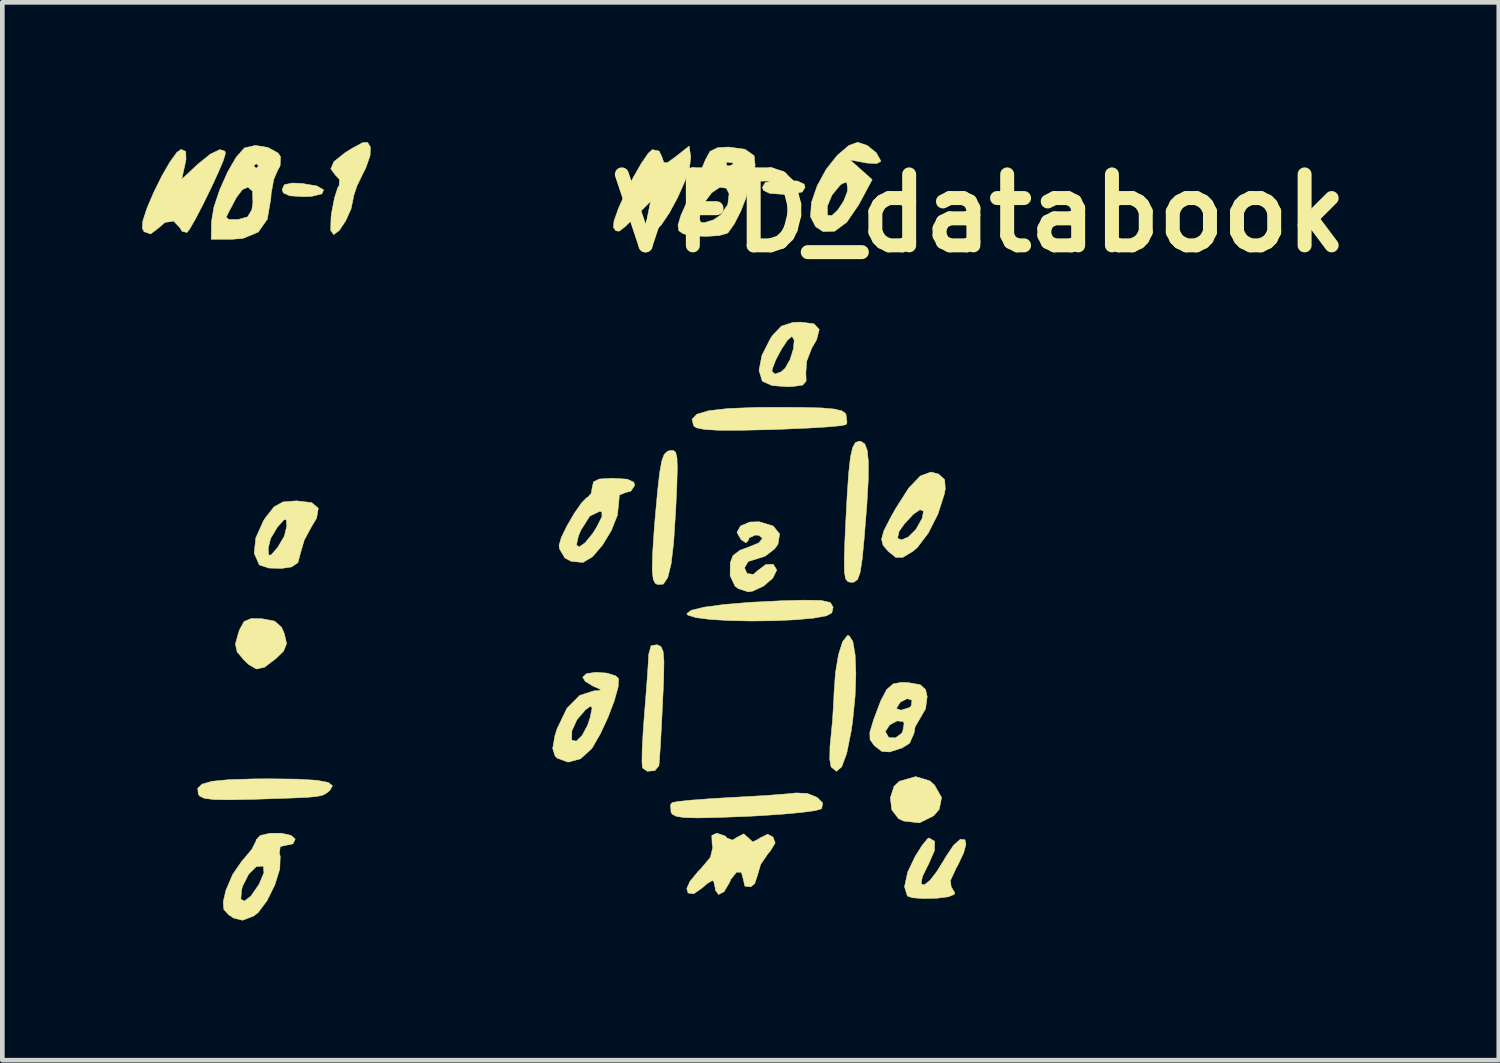
<source format=kicad_pcb>
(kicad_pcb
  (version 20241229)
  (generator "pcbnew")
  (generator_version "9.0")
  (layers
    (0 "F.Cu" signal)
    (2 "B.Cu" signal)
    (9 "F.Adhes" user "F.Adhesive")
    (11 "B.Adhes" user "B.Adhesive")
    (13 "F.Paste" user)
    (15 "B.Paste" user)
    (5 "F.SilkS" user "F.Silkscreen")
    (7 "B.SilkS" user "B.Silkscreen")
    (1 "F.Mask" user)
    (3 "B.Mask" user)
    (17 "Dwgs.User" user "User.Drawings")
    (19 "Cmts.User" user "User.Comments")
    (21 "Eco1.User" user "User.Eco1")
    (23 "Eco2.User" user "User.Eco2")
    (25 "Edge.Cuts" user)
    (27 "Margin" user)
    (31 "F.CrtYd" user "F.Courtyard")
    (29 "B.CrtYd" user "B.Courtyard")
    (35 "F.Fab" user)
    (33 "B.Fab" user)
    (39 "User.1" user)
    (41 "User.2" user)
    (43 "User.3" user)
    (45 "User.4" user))
  (footprint "VFD_databook"
    (layer "F.Cu")
    (at 17.995 1.529)
    (property "Reference" "VFD_databook" (at 0 0 180) (layer "F.SilkS") (effects (font (size 1.524 1.524) (thickness 0.3))))
    (attr through_hole)
    (fp_poly (pts (xy -14.562 -0.641) (xy -14.242 -0.586) (xy -14.097 -0.503) (xy -14.132 -0.418) (xy -14.35 -0.363) (xy -14.52 -0.356) (xy -14.821 -0.374) (xy -14.962 -0.437) (xy -14.986 -0.514) (xy -14.939 -0.614) (xy -14.767 -0.649) (xy -14.562 -0.641)) (stroke (width 0.01) (type solid)) (fill yes) (layer "F.SilkS"))
    (fp_poly (pts (xy -3.915 -0.691) (xy -3.778 -0.623) (xy -3.759 -0.559) (xy -3.819 -0.458) (xy -4.022 -0.413) (xy -4.216 -0.406) (xy -4.518 -0.426) (xy -4.655 -0.494) (xy -4.674 -0.559) (xy -4.614 -0.659) (xy -4.41 -0.705) (xy -4.216 -0.711) (xy -3.915 -0.691)) (stroke (width 0.01) (type solid)) (fill yes) (layer "F.SilkS"))
    (fp_poly (pts (xy -1.085 12.185) (xy -0.981 12.276) (xy -0.828 12.545) (xy -0.877 12.796) (xy -0.999 12.938) (xy -1.302 13.089) (xy -1.642 13.05) (xy -1.753 12.997) (xy -1.897 12.811) (xy -1.928 12.55) (xy -1.849 12.305) (xy -1.734 12.196) (xy -1.385 12.096) (xy -1.085 12.185)) (stroke (width 0.01) (type solid)) (fill yes) (layer "F.SilkS"))
    (fp_poly (pts (xy -15.42 8.706) (xy -15.148 8.758) (xy -15.001 8.888) (xy -14.939 9.028) (xy -14.891 9.241) (xy -14.957 9.402) (xy -15.121 9.561) (xy -15.364 9.746) (xy -15.538 9.786) (xy -15.71 9.686) (xy -15.799 9.601) (xy -15.954 9.418) (xy -15.991 9.248) (xy -15.922 9) (xy -15.901 8.941) (xy -15.804 8.765) (xy -15.65 8.701) (xy -15.42 8.706)) (stroke (width 0.01) (type solid)) (fill yes) (layer "F.SilkS"))
    (fp_poly (pts (xy -3.416 8.313) (xy -3.216 8.359) (xy -3.156 8.459) (xy -3.185 8.581) (xy -3.303 8.644) (xy -3.576 8.693) (xy -3.962 8.728) (xy -4.418 8.749) (xy -4.902 8.755) (xy -5.372 8.746) (xy -5.786 8.722) (xy -6.102 8.682) (xy -6.277 8.628) (xy -6.299 8.596) (xy -6.201 8.524) (xy -5.923 8.457) (xy -5.488 8.399) (xy -4.919 8.352) (xy -4.237 8.319) (xy -3.785 8.307) (xy -3.416 8.313)) (stroke (width 0.01) (type solid)) (fill yes) (layer "F.SilkS"))
    (fp_poly (pts (xy -2.733 9.195) (xy -2.684 9.481) (xy -2.668 9.887) (xy -2.685 10.373) (xy -2.737 10.9) (xy -2.768 11.117) (xy -2.865 11.596) (xy -2.972 11.886) (xy -3.086 11.982) (xy -3.2 11.888) (xy -3.229 11.727) (xy -3.224 11.447) (xy -3.209 11.298) (xy -3.169 10.883) (xy -3.142 10.433) (xy -3.138 10.312) (xy -3.106 9.863) (xy -3.042 9.479) (xy -2.954 9.202) (xy -2.854 9.071) (xy -2.814 9.069) (xy -2.733 9.195)) (stroke (width 0.01) (type solid)) (fill yes) (layer "F.SilkS"))
    (fp_poly (pts (xy -6.855 9.303) (xy -6.807 9.407) (xy -6.789 9.614) (xy -6.794 9.965) (xy -6.804 10.212) (xy -6.837 10.902) (xy -6.864 11.412) (xy -6.888 11.763) (xy -6.897 11.862) (xy -6.985 11.968) (xy -7.146 11.981) (xy -7.249 11.911) (xy -7.261 11.784) (xy -7.256 11.5) (xy -7.234 11.105) (xy -7.209 10.768) (xy -7.172 10.299) (xy -7.141 9.885) (xy -7.122 9.582) (xy -7.116 9.467) (xy -7.066 9.288) (xy -6.938 9.264) (xy -6.855 9.303)) (stroke (width 0.01) (type solid)) (fill yes) (layer "F.SilkS"))
    (fp_poly (pts (xy -14.663 12.15) (xy -14.243 12.175) (xy -13.996 12.221) (xy -13.906 12.292) (xy -13.961 12.39) (xy -13.997 12.421) (xy -14.059 12.467) (xy -14.131 12.5) (xy -14.249 12.523) (xy -14.446 12.541) (xy -14.757 12.555) (xy -15.216 12.571) (xy -15.579 12.583) (xy -16.096 12.594) (xy -16.443 12.589) (xy -16.653 12.563) (xy -16.76 12.513) (xy -16.788 12.471) (xy -16.799 12.347) (xy -16.707 12.257) (xy -16.49 12.196) (xy -16.126 12.161) (xy -15.591 12.145) (xy -15.271 12.143) (xy -14.663 12.15)) (stroke (width 0.01) (type solid)) (fill yes) (layer "F.SilkS"))
    (fp_poly (pts (xy -6.537 5.133) (xy -6.509 5.252) (xy -6.502 5.48) (xy -6.512 5.847) (xy -6.537 6.384) (xy -6.539 6.413) (xy -6.58 7.062) (xy -6.635 7.526) (xy -6.707 7.82) (xy -6.802 7.963) (xy -6.924 7.972) (xy -6.975 7.947) (xy -7.02 7.86) (xy -7.04 7.659) (xy -7.033 7.317) (xy -7 6.81) (xy -6.975 6.504) (xy -6.924 5.948) (xy -6.88 5.562) (xy -6.835 5.316) (xy -6.783 5.176) (xy -6.715 5.112) (xy -6.665 5.096) (xy -6.588 5.092) (xy -6.537 5.133)) (stroke (width 0.01) (type solid)) (fill yes) (layer "F.SilkS"))
    (fp_poly (pts (xy -3.811 4.169) (xy -3.398 4.18) (xy -3.127 4.204) (xy -2.969 4.242) (xy -2.893 4.297) (xy -2.88 4.322) (xy -2.858 4.491) (xy -2.879 4.539) (xy -2.997 4.562) (xy -3.281 4.588) (xy -3.695 4.613) (xy -4.203 4.635) (xy -4.506 4.646) (xy -5.147 4.66) (xy -5.609 4.66) (xy -5.916 4.642) (xy -6.09 4.607) (xy -6.151 4.566) (xy -6.186 4.424) (xy -6.084 4.316) (xy -5.829 4.24) (xy -5.409 4.192) (xy -4.809 4.169) (xy -4.397 4.166) (xy -3.811 4.169)) (stroke (width 0.01) (type solid)) (fill yes) (layer "F.SilkS"))
    (fp_poly (pts (xy -2.56 4.898) (xy -2.477 4.952) (xy -2.424 5.092) (xy -2.399 5.34) (xy -2.402 5.721) (xy -2.432 6.256) (xy -2.489 6.969) (xy -2.49 6.985) (xy -2.533 7.43) (xy -2.576 7.71) (xy -2.63 7.86) (xy -2.705 7.919) (xy -2.759 7.925) (xy -2.838 7.912) (xy -2.889 7.849) (xy -2.914 7.704) (xy -2.918 7.441) (xy -2.904 7.028) (xy -2.891 6.731) (xy -2.856 6.065) (xy -2.822 5.576) (xy -2.785 5.24) (xy -2.738 5.032) (xy -2.679 4.924) (xy -2.601 4.894) (xy -2.56 4.898)) (stroke (width 0.01) (type solid)) (fill yes) (layer "F.SilkS"))
    (fp_poly (pts (xy -3.71 12.458) (xy -3.501 12.541) (xy -3.38 12.662) (xy -3.403 12.785) (xy -3.404 12.786) (xy -3.536 12.825) (xy -3.834 12.865) (xy -4.258 12.904) (xy -4.772 12.938) (xy -5.041 12.951) (xy -5.64 12.974) (xy -6.066 12.983) (xy -6.35 12.975) (xy -6.52 12.95) (xy -6.608 12.906) (xy -6.637 12.861) (xy -6.647 12.7) (xy -6.614 12.655) (xy -6.484 12.63) (xy -6.196 12.6) (xy -5.793 12.57) (xy -5.373 12.545) (xy -4.882 12.518) (xy -4.442 12.49) (xy -4.108 12.463) (xy -3.95 12.446) (xy -3.71 12.458)) (stroke (width 0.01) (type solid)) (fill yes) (layer "F.SilkS"))
    (fp_poly (pts (xy -13.092 -1.421) (xy -13.092 -1.42) (xy -13.099 -1.234) (xy -13.194 -0.966) (xy -13.245 -0.867) (xy -13.38 -0.589) (xy -13.456 -0.361) (xy -13.462 -0.311) (xy -13.508 -0.092) (xy -13.621 0.159) (xy -13.758 0.367) (xy -13.879 0.457) (xy -13.883 0.457) (xy -13.945 0.364) (xy -13.937 0.084) (xy -13.922 -0.025) (xy -13.863 -0.33) (xy -13.793 -0.549) (xy -13.762 -0.601) (xy -13.756 -0.727) (xy -13.843 -0.819) (xy -13.942 -0.953) (xy -13.875 -1.109) (xy -13.632 -1.303) (xy -13.469 -1.403) (xy -13.257 -1.517) (xy -13.152 -1.521) (xy -13.092 -1.421)) (stroke (width 0.01) (type solid)) (fill yes) (layer "F.SilkS"))
    (fp_poly (pts (xy -17.057 -1.327) (xy -17.051 -1.161) (xy -17.072 -1.051) (xy -17.143 -0.73) (xy -16.801 -1.05) (xy -16.529 -1.27) (xy -16.324 -1.368) (xy -16.215 -1.332) (xy -16.205 -1.281) (xy -16.248 -1.138) (xy -16.36 -0.873) (xy -16.514 -0.54) (xy -16.685 -0.191) (xy -16.847 0.12) (xy -16.973 0.34) (xy -17.031 0.414) (xy -17.137 0.386) (xy -17.182 0.311) (xy -17.316 0.168) (xy -17.504 0.197) (xy -17.628 0.305) (xy -17.809 0.445) (xy -17.95 0.397) (xy -17.99 0.323) (xy -17.977 0.159) (xy -17.886 -0.118) (xy -17.742 -0.454) (xy -17.57 -0.8) (xy -17.396 -1.102) (xy -17.246 -1.309) (xy -17.157 -1.372) (xy -17.057 -1.327)) (stroke (width 0.01) (type solid)) (fill yes) (layer "F.SilkS"))
    (fp_poly (pts (xy -6.214 -1.213) (xy -6.238 -0.993) (xy -6.341 -0.683) (xy -6.495 -0.337) (xy -6.674 -0.006) (xy -6.85 0.255) (xy -6.997 0.394) (xy -7.033 0.404) (xy -7.148 0.37) (xy -7.167 0.227) (xy -7.143 0.076) (xy -7.077 -0.254) (xy -7.407 0.076) (xy -7.628 0.292) (xy -7.751 0.385) (xy -7.821 0.377) (xy -7.874 0.305) (xy -7.862 0.167) (xy -7.77 -0.092) (xy -7.625 -0.42) (xy -7.451 -0.763) (xy -7.275 -1.071) (xy -7.124 -1.29) (xy -7.039 -1.366) (xy -6.894 -1.336) (xy -6.837 -1.221) (xy -6.792 -1.091) (xy -6.717 -1.085) (xy -6.552 -1.203) (xy -6.516 -1.231) (xy -6.248 -1.443) (xy -6.214 -1.213)) (stroke (width 0.01) (type solid)) (fill yes) (layer "F.SilkS"))
    (fp_poly (pts (xy -0.977 13.484) (xy -0.98 13.683) (xy -1.105 13.971) (xy -1.114 13.986) (xy -1.24 14.243) (xy -1.268 14.398) (xy -1.201 14.422) (xy -1.073 14.32) (xy -0.931 14.135) (xy -0.766 13.87) (xy -0.74 13.824) (xy -0.57 13.569) (xy -0.422 13.439) (xy -0.325 13.453) (xy -0.305 13.549) (xy -0.354 13.733) (xy -0.476 13.992) (xy -0.513 14.057) (xy -0.639 14.329) (xy -0.62 14.471) (xy -0.613 14.476) (xy -0.544 14.59) (xy -0.555 14.624) (xy -0.68 14.676) (xy -0.925 14.707) (xy -1.21 14.715) (xy -1.451 14.698) (xy -1.562 14.66) (xy -1.624 14.461) (xy -1.556 14.148) (xy -1.397 13.813) (xy -1.246 13.573) (xy -1.129 13.43) (xy -1.098 13.412) (xy -0.977 13.484)) (stroke (width 0.01) (type solid)) (fill yes) (layer "F.SilkS"))
    (fp_poly (pts (xy -0.892 5.6) (xy -0.762 5.719) (xy -0.748 5.917) (xy -0.768 6.027) (xy -0.906 6.458) (xy -1.112 6.865) (xy -1.347 7.175) (xy -1.444 7.258) (xy -1.662 7.389) (xy -1.81 7.39) (xy -1.973 7.259) (xy -1.974 7.257) (xy -2.083 7.13) (xy -2.117 7.001) (xy -2.111 6.977) (xy -1.773 6.977) (xy -1.689 7.014) (xy -1.542 6.951) (xy -1.384 6.794) (xy -1.377 6.785) (xy -1.243 6.547) (xy -1.216 6.396) (xy -1.291 6.365) (xy -1.432 6.46) (xy -1.628 6.671) (xy -1.74 6.831) (xy -1.773 6.977) (xy -2.111 6.977) (xy -2.069 6.822) (xy -1.928 6.544) (xy -1.818 6.347) (xy -1.534 5.901) (xy -1.285 5.641) (xy -1.056 5.556) (xy -0.892 5.6)) (stroke (width 0.01) (type solid)) (fill yes) (layer "F.SilkS"))
    (fp_poly (pts (xy -14.352 6.213) (xy -14.21 6.334) (xy -14.247 6.547) (xy -14.358 6.731) (xy -14.513 7.02) (xy -14.596 7.305) (xy -14.648 7.503) (xy -14.785 7.594) (xy -14.997 7.626) (xy -15.272 7.618) (xy -15.465 7.555) (xy -15.48 7.543) (xy -15.587 7.302) (xy -15.576 7.199) (xy -15.287 7.199) (xy -15.277 7.341) (xy -15.224 7.336) (xy -15.086 7.179) (xy -15.084 7.177) (xy -14.94 6.933) (xy -14.888 6.72) (xy -14.898 6.578) (xy -14.951 6.583) (xy -15.089 6.74) (xy -15.091 6.742) (xy -15.236 6.986) (xy -15.287 7.199) (xy -15.576 7.199) (xy -15.553 6.971) (xy -15.387 6.601) (xy -15.347 6.54) (xy -15.16 6.303) (xy -14.969 6.198) (xy -14.683 6.175) (xy -14.678 6.175) (xy -14.352 6.213)) (stroke (width 0.01) (type solid)) (fill yes) (layer "F.SilkS"))
    (fp_poly (pts (xy -3.566 2.374) (xy -3.455 2.495) (xy -3.512 2.719) (xy -3.615 2.894) (xy -3.725 3.18) (xy -3.742 3.423) (xy -3.736 3.603) (xy -3.81 3.689) (xy -4.016 3.719) (xy -4.135 3.725) (xy -4.466 3.7) (xy -4.671 3.609) (xy -4.68 3.599) (xy -4.741 3.394) (xy -4.47 3.394) (xy -4.406 3.454) (xy -4.269 3.403) (xy -4.186 3.327) (xy -4.08 3.139) (xy -4.01 2.913) (xy -3.992 2.722) (xy -4.041 2.642) (xy -4.041 2.642) (xy -4.135 2.723) (xy -4.265 2.917) (xy -4.389 3.149) (xy -4.464 3.346) (xy -4.47 3.394) (xy -4.741 3.394) (xy -4.748 3.37) (xy -4.684 3.048) (xy -4.5 2.685) (xy -4.457 2.622) (xy -4.267 2.423) (xy -4.025 2.345) (xy -3.854 2.337) (xy -3.566 2.374)) (stroke (width 0.01) (type solid)) (fill yes) (layer "F.SilkS"))
    (fp_poly (pts (xy -2.425 -1.456) (xy -2.231 -1.3) (xy -2.135 -1.128) (xy -2.134 -1.113) (xy -2.22 -1.067) (xy -2.432 -1.078) (xy -2.464 -1.084) (xy -2.794 -1.146) (xy -2.556 -0.934) (xy -2.318 -0.722) (xy -2.607 -0.183) (xy -2.862 0.19) (xy -3.123 0.385) (xy -3.374 0.393) (xy -3.531 0.289) (xy -3.643 0.075) (xy -3.627 -0.152) (xy -3.281 -0.152) (xy -3.277 0.037) (xy -3.274 0.042) (xy -3.185 0.05) (xy -3.057 -0.069) (xy -2.932 -0.258) (xy -2.853 -0.459) (xy -2.845 -0.532) (xy -2.866 -0.671) (xy -2.964 -0.636) (xy -3.009 -0.6) (xy -3.18 -0.393) (xy -3.281 -0.152) (xy -3.627 -0.152) (xy -3.622 -0.232) (xy -3.5 -0.587) (xy -3.309 -0.939) (xy -3.067 -1.245) (xy -2.819 -1.456) (xy -2.63 -1.524) (xy -2.425 -1.456)) (stroke (width 0.01) (type solid)) (fill yes) (layer "F.SilkS"))
    (fp_poly (pts (xy -4.445 6.714) (xy -4.305 6.886) (xy -4.341 7.107) (xy -4.414 7.208) (xy -4.618 7.364) (xy -4.785 7.417) (xy -4.98 7.477) (xy -5.059 7.613) (xy -5.006 7.735) (xy -4.87 7.754) (xy -4.779 7.675) (xy -4.603 7.543) (xy -4.444 7.535) (xy -4.369 7.654) (xy -4.369 7.665) (xy -4.453 7.836) (xy -4.652 8.006) (xy -4.887 8.115) (xy -4.981 8.128) (xy -5.192 8.06) (xy -5.263 8.006) (xy -5.368 7.782) (xy -5.365 7.5) (xy -5.306 7.349) (xy -5.158 7.237) (xy -4.952 7.16) (xy -4.748 7.075) (xy -4.674 6.979) (xy -4.751 6.915) (xy -4.826 6.909) (xy -4.961 6.97) (xy -4.978 7.023) (xy -5.028 7.076) (xy -5.132 7.009) (xy -5.221 6.853) (xy -5.146 6.714) (xy -4.944 6.63) (xy -4.743 6.624) (xy -4.445 6.714)) (stroke (width 0.01) (type solid)) (fill yes) (layer "F.SilkS"))
    (fp_poly (pts (xy -8.014 9.873) (xy -7.825 9.932) (xy -7.764 9.992) (xy -7.772 10.169) (xy -7.854 10.465) (xy -7.989 10.82) (xy -8.153 11.174) (xy -8.323 11.469) (xy -8.343 11.498) (xy -8.581 11.714) (xy -8.848 11.785) (xy -9.082 11.699) (xy -9.127 11.654) (xy -9.178 11.491) (xy -9.145 11.302) (xy -8.77 11.302) (xy -8.764 11.313) (xy -8.671 11.335) (xy -8.546 11.213) (xy -8.428 10.993) (xy -8.372 10.82) (xy -8.331 10.619) (xy -8.366 10.583) (xy -8.478 10.664) (xy -8.657 10.874) (xy -8.766 11.114) (xy -8.77 11.302) (xy -9.145 11.302) (xy -9.129 11.213) (xy -9.084 11.07) (xy -8.873 10.63) (xy -8.597 10.352) (xy -8.295 10.255) (xy -8.145 10.245) (xy -8.178 10.21) (xy -8.306 10.157) (xy -8.482 10.048) (xy -8.534 9.96) (xy -8.45 9.884) (xy -8.249 9.856) (xy -8.014 9.873)) (stroke (width 0.01) (type solid)) (fill yes) (layer "F.SilkS"))
    (fp_poly (pts (xy -14.796 13.358) (xy -14.707 13.437) (xy -14.753 13.539) (xy -14.878 13.564) (xy -15.028 13.598) (xy -15.045 13.739) (xy -15.028 13.815) (xy -15.038 14.08) (xy -15.144 14.421) (xy -15.311 14.759) (xy -15.503 15.016) (xy -15.599 15.089) (xy -15.835 15.18) (xy -16.027 15.134) (xy -16.135 15.062) (xy -16.239 14.948) (xy -16.252 14.783) (xy -16.239 14.727) (xy -15.874 14.727) (xy -15.799 14.769) (xy -15.663 14.667) (xy -15.495 14.428) (xy -15.478 14.398) (xy -15.378 14.16) (xy -15.39 14.024) (xy -15.397 14.018) (xy -15.544 14.029) (xy -15.704 14.188) (xy -15.834 14.444) (xy -15.859 14.53) (xy -15.874 14.727) (xy -16.239 14.727) (xy -16.195 14.537) (xy -16.05 14.199) (xy -15.843 13.898) (xy -15.815 13.869) (xy -15.637 13.655) (xy -15.547 13.477) (xy -15.545 13.454) (xy -15.459 13.361) (xy -15.253 13.313) (xy -15.006 13.311) (xy -14.796 13.358)) (stroke (width 0.01) (type solid)) (fill yes) (layer "F.SilkS"))
    (fp_poly (pts (xy -7.573 5.71) (xy -7.435 5.777) (xy -7.417 5.842) (xy -7.501 5.968) (xy -7.606 5.994) (xy -7.747 6.05) (xy -7.76 6.223) (xy -7.79 6.489) (xy -7.919 6.811) (xy -8.11 7.128) (xy -8.325 7.377) (xy -8.525 7.496) (xy -8.537 7.497) (xy -8.781 7.473) (xy -8.916 7.401) (xy -9.027 7.216) (xy -9.042 7.135) (xy -9.038 7.121) (xy -8.668 7.121) (xy -8.611 7.165) (xy -8.485 7.078) (xy -8.319 6.876) (xy -8.238 6.747) (xy -8.12 6.515) (xy -8.123 6.413) (xy -8.17 6.401) (xy -8.381 6.502) (xy -8.573 6.805) (xy -8.626 6.933) (xy -8.668 7.121) (xy -9.038 7.121) (xy -8.994 6.965) (xy -8.872 6.714) (xy -8.715 6.445) (xy -8.559 6.22) (xy -8.442 6.102) (xy -8.423 6.096) (xy -8.348 6.011) (xy -8.331 5.893) (xy -8.301 5.766) (xy -8.177 5.706) (xy -7.907 5.69) (xy -7.874 5.69) (xy -7.573 5.71)) (stroke (width 0.01) (type solid)) (fill yes) (layer "F.SilkS"))
    (fp_poly (pts (xy -5.476 13.37) (xy -5.433 13.416) (xy -5.316 13.459) (xy -5.216 13.397) (xy -5.074 13.325) (xy -4.978 13.411) (xy -4.883 13.499) (xy -4.748 13.431) (xy -4.728 13.414) (xy -4.56 13.333) (xy -4.447 13.394) (xy -4.401 13.52) (xy -4.508 13.697) (xy -4.553 13.747) (xy -4.712 13.979) (xy -4.775 14.194) (xy -4.84 14.392) (xy -4.928 14.464) (xy -5.053 14.447) (xy -5.08 14.322) (xy -5.125 14.151) (xy -5.23 14.147) (xy -5.352 14.301) (xy -5.385 14.376) (xy -5.499 14.568) (xy -5.615 14.627) (xy -5.685 14.536) (xy -5.69 14.478) (xy -5.721 14.343) (xy -5.748 14.326) (xy -5.858 14.389) (xy -5.958 14.478) (xy -6.149 14.613) (xy -6.272 14.595) (xy -6.299 14.497) (xy -6.231 14.347) (xy -6.06 14.138) (xy -5.997 14.074) (xy -5.792 13.831) (xy -5.741 13.621) (xy -5.754 13.547) (xy -5.762 13.36) (xy -5.656 13.31) (xy -5.476 13.37)) (stroke (width 0.01) (type solid)) (fill yes) (layer "F.SilkS"))
    (fp_poly (pts (xy -15.291 -1.412) (xy -15.077 -1.295) (xy -15.021 -1.215) (xy -15.031 -1.017) (xy -15.087 -0.915) (xy -15.168 -0.724) (xy -15.222 -0.427) (xy -15.23 -0.313) (xy -15.305 0.126) (xy -15.5 0.405) (xy -15.828 0.54) (xy -16.069 0.559) (xy -16.51 0.559) (xy -16.504 0.178) (xy -16.488 0.084) (xy -16.188 0.084) (xy -16.131 0.133) (xy -15.939 0.135) (xy -15.937 0.135) (xy -15.729 0.078) (xy -15.638 -0.075) (xy -15.615 -0.229) (xy -15.623 -0.476) (xy -15.718 -0.559) (xy -15.725 -0.559) (xy -15.837 -0.511) (xy -15.965 -0.345) (xy -16.133 -0.029) (xy -16.188 0.084) (xy -16.488 0.084) (xy -16.453 -0.128) (xy -16.328 -0.503) (xy -16.159 -0.883) (xy -16.082 -1.016) (xy -15.596 -1.016) (xy -15.545 -0.965) (xy -15.494 -1.016) (xy -15.545 -1.067) (xy -15.596 -1.016) (xy -16.082 -1.016) (xy -15.974 -1.203) (xy -15.804 -1.396) (xy -15.789 -1.405) (xy -15.56 -1.457) (xy -15.291 -1.412)) (stroke (width 0.01) (type solid)) (fill yes) (layer "F.SilkS"))
    (fp_poly (pts (xy -1.543 10.078) (xy -1.288 10.122) (xy -1.172 10.226) (xy -1.137 10.376) (xy -1.171 10.637) (xy -1.264 10.8) (xy -1.395 11.025) (xy -1.422 11.171) (xy -1.516 11.382) (xy -1.683 11.483) (xy -1.946 11.567) (xy -2.111 11.555) (xy -2.264 11.438) (xy -2.274 11.428) (xy -2.364 11.302) (xy -2.368 11.143) (xy -2.366 11.136) (xy -2.032 11.136) (xy -1.963 11.256) (xy -1.817 11.264) (xy -1.683 11.164) (xy -1.661 11.121) (xy -1.633 10.959) (xy -1.649 10.915) (xy -1.783 10.899) (xy -1.942 10.986) (xy -2.031 11.12) (xy -2.032 11.136) (xy -2.366 11.136) (xy -2.287 10.874) (xy -2.198 10.636) (xy -1.799 10.636) (xy -1.706 10.668) (xy -1.695 10.668) (xy -1.519 10.615) (xy -1.478 10.573) (xy -1.464 10.455) (xy -1.566 10.422) (xy -1.705 10.492) (xy -1.728 10.517) (xy -1.799 10.636) (xy -2.198 10.636) (xy -2.135 10.471) (xy -2.007 10.226) (xy -1.868 10.105) (xy -1.685 10.071) (xy -1.543 10.078)) (stroke (width 0.01) (type solid)) (fill yes) (layer "F.SilkS"))
    (fp_poly (pts (xy -5.047 -1.373) (xy -4.852 -1.234) (xy -4.831 -1.021) (xy -4.87 -0.928) (xy -4.959 -0.688) (xy -4.978 -0.555) (xy -5.025 -0.339) (xy -5.137 -0.05) (xy -5.278 0.228) (xy -5.409 0.412) (xy -5.43 0.43) (xy -5.606 0.479) (xy -5.888 0.497) (xy -6.181 0.482) (xy -6.375 0.441) (xy -6.47 0.375) (xy -6.488 0.256) (xy -6.444 0.109) (xy -6.037 0.109) (xy -5.999 0.193) (xy -5.921 0.203) (xy -5.72 0.139) (xy -5.571 0.035) (xy -5.419 -0.186) (xy -5.39 -0.418) (xy -5.449 -0.538) (xy -5.589 -0.558) (xy -5.765 -0.44) (xy -5.924 -0.227) (xy -5.978 -0.104) (xy -6.037 0.109) (xy -6.444 0.109) (xy -6.424 0.044) (xy -6.27 -0.304) (xy -6.254 -0.336) (xy -6.095 -0.685) (xy -5.958 -1.003) (xy -5.925 -1.084) (xy -5.453 -1.084) (xy -5.439 -1.023) (xy -5.385 -1.016) (xy -5.301 -1.053) (xy -5.317 -1.084) (xy -5.438 -1.096) (xy -5.453 -1.084) (xy -5.925 -1.084) (xy -5.901 -1.143) (xy -5.8 -1.329) (xy -5.636 -1.408) (xy -5.4 -1.422) (xy -5.047 -1.373)) (stroke (width 0.01) (type solid)) (fill yes) (layer "F.SilkS")))
  (gr_rect
    (start -3 -3)
    (end 29.131 19.714)
    (stroke (width 0.1) (type default))
    (fill no)
    (layer "Edge.Cuts")))
</source>
